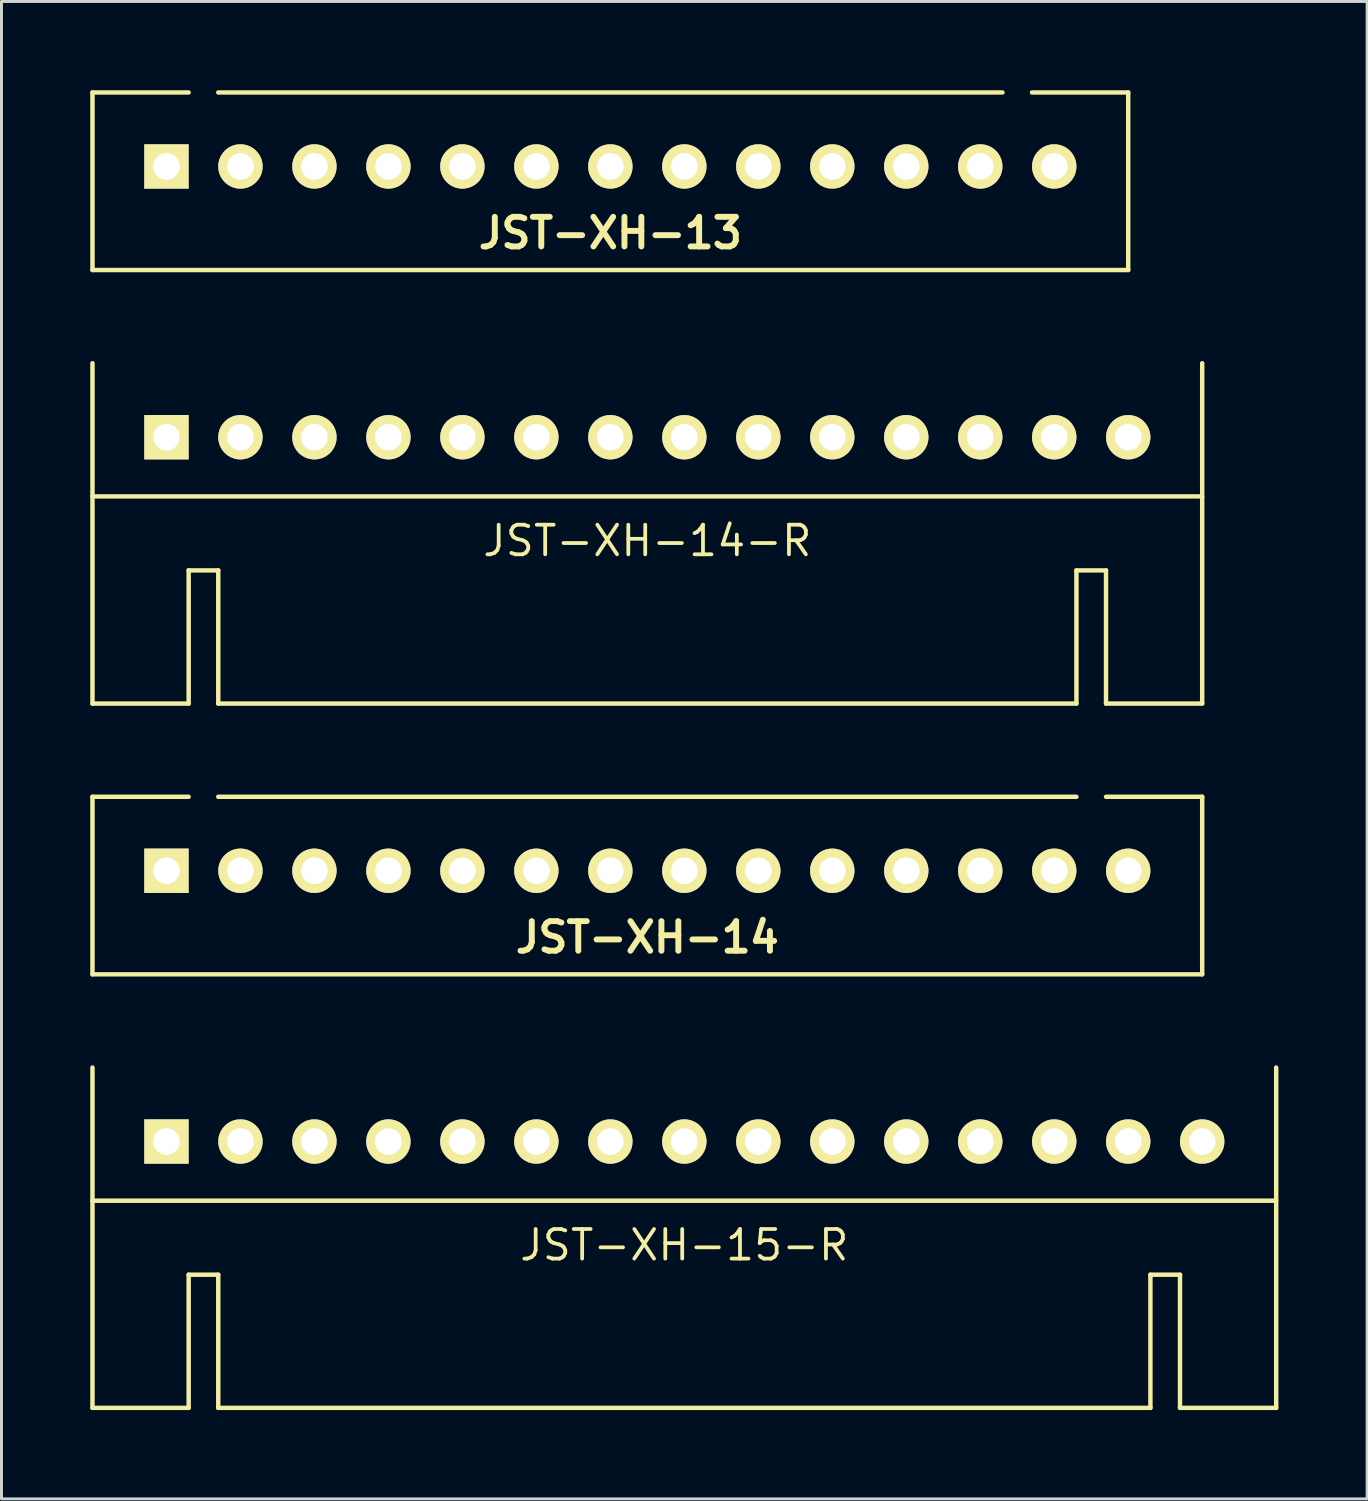
<source format=kicad_pcb>
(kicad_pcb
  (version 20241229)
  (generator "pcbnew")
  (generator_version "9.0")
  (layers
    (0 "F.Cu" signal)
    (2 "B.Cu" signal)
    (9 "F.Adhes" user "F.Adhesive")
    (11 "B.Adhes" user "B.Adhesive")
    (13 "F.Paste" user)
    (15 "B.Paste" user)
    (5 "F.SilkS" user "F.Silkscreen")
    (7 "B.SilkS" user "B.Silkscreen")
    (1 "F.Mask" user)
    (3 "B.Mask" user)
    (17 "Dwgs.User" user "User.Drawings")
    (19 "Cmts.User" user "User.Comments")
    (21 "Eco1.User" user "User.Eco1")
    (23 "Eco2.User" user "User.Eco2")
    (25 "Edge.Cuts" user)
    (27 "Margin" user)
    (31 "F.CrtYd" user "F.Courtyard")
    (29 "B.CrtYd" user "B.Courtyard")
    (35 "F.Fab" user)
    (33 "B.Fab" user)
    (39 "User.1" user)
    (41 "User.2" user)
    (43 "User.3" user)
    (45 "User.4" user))
  (footprint "JST-XH-15-R"
    (layer "F.Cu")
    (at 20.075 35.525)
    (property "Reference" "JST-XH-15-R" (at 0 3.5 0) (layer "F.SilkS") (effects (font (size 1 1) (thickness 0.127))))
    (attr through_hole)
    (fp_line (start -20 2) (end 20 2) (stroke (width 0.15) (type solid)) (layer "F.SilkS"))
    (fp_line (start -20 9) (end -20 -2.5) (stroke (width 0.15) (type solid)) (layer "F.SilkS"))
    (fp_line (start -16.75 4.5) (end -16.75 9) (stroke (width 0.15) (type solid)) (layer "F.SilkS"))
    (fp_line (start -16.75 9) (end -20 9) (stroke (width 0.15) (type solid)) (layer "F.SilkS"))
    (fp_line (start -15.75 4.5) (end -16.75 4.5) (stroke (width 0.15) (type solid)) (layer "F.SilkS"))
    (fp_line (start -15.75 9) (end -15.75 4.5) (stroke (width 0.15) (type solid)) (layer "F.SilkS"))
    (fp_line (start 15.75 4.5) (end 15.75 9) (stroke (width 0.15) (type solid)) (layer "F.SilkS"))
    (fp_line (start 15.75 9) (end -15.75 9) (stroke (width 0.15) (type solid)) (layer "F.SilkS"))
    (fp_line (start 16.75 4.5) (end 15.75 4.5) (stroke (width 0.15) (type solid)) (layer "F.SilkS"))
    (fp_line (start 16.75 9) (end 16.75 4.5) (stroke (width 0.15) (type solid)) (layer "F.SilkS"))
    (fp_line (start 20 9) (end 16.75 9) (stroke (width 0.15) (type solid)) (layer "F.SilkS"))
    (fp_line (start 20 9) (end 20 -2.5) (stroke (width 0.15) (type solid)) (layer "F.SilkS"))
    (pad "1" thru_hole rect (at -17.5 0) (size 1.5 1.5) (drill 0.9) (layers "*.Cu" "*.Mask" "F.SilkS"))
    (pad "2" thru_hole circle (at -15 0) (size 1.5 1.5) (drill 0.9) (layers "*.Cu" "*.Mask" "F.SilkS"))
    (pad "3" thru_hole circle (at -12.5 0) (size 1.5 1.5) (drill 0.9) (layers "*.Cu" "*.Mask" "F.SilkS"))
    (pad "4" thru_hole circle (at -10 0) (size 1.5 1.5) (drill 0.9) (layers "*.Cu" "*.Mask" "F.SilkS"))
    (pad "5" thru_hole circle (at -7.5 0) (size 1.5 1.5) (drill 0.9) (layers "*.Cu" "*.Mask" "F.SilkS"))
    (pad "6" thru_hole circle (at -5 0) (size 1.5 1.5) (drill 0.9) (layers "*.Cu" "*.Mask" "F.SilkS"))
    (pad "7" thru_hole circle (at -2.5 0) (size 1.5 1.5) (drill 0.9) (layers "*.Cu" "*.Mask" "F.SilkS"))
    (pad "8" thru_hole circle (at 0 0) (size 1.5 1.5) (drill 0.9) (layers "*.Cu" "*.Mask" "F.SilkS"))
    (pad "9" thru_hole circle (at 2.5 0) (size 1.5 1.5) (drill 0.9) (layers "*.Cu" "*.Mask" "F.SilkS"))
    (pad "10" thru_hole circle (at 5 0) (size 1.5 1.5) (drill 0.9) (layers "*.Cu" "*.Mask" "F.SilkS"))
    (pad "11" thru_hole circle (at 7.5 0) (size 1.5 1.5) (drill 0.9) (layers "*.Cu" "*.Mask" "F.SilkS"))
    (pad "12" thru_hole circle (at 10 0) (size 1.5 1.5) (drill 0.9) (layers "*.Cu" "*.Mask" "F.SilkS"))
    (pad "13" thru_hole circle (at 12.5 0) (size 1.5 1.5) (drill 0.9) (layers "*.Cu" "*.Mask" "F.SilkS"))
    (pad "14" thru_hole circle (at 15 0) (size 1.5 1.5) (drill 0.9) (layers "*.Cu" "*.Mask" "F.SilkS"))
    (pad "15" thru_hole circle (at 17.5 0) (size 1.5 1.5) (drill 0.9) (layers "*.Cu" "*.Mask" "F.SilkS")))
  (footprint "JST-XH-13"
    (layer "F.Cu")
    (at 17.575 2.575)
    (property "Reference" "JST-XH-13" (at 0 2.25 0) (layer "F.SilkS") (effects (font (size 1 1) (thickness 0.2))))
    (attr through_hole)
    (fp_line (start -17.5 -2.5) (end -14.25 -2.5) (stroke (width 0.15) (type solid)) (layer "F.SilkS"))
    (fp_line (start -17.5 3.5) (end -17.5 -2.5) (stroke (width 0.15) (type solid)) (layer "F.SilkS"))
    (fp_line (start 13.25 -2.5) (end -13.25 -2.5) (stroke (width 0.15) (type solid)) (layer "F.SilkS"))
    (fp_line (start 17.5 -2.5) (end 14.25 -2.5) (stroke (width 0.15) (type solid)) (layer "F.SilkS"))
    (fp_line (start 17.5 -2.5) (end 17.5 3.5) (stroke (width 0.15) (type solid)) (layer "F.SilkS"))
    (fp_line (start 17.5 3.5) (end -17.5 3.5) (stroke (width 0.15) (type solid)) (layer "F.SilkS"))
    (pad "1" thru_hole rect (at -15 0) (size 1.5 1.5) (drill 0.9) (layers "*.Cu" "*.Mask" "F.SilkS"))
    (pad "2" thru_hole circle (at -12.5 0) (size 1.5 1.5) (drill 0.9) (layers "*.Cu" "*.Mask" "F.SilkS"))
    (pad "3" thru_hole circle (at -10 0) (size 1.5 1.5) (drill 0.9) (layers "*.Cu" "*.Mask" "F.SilkS"))
    (pad "4" thru_hole circle (at -7.5 0) (size 1.5 1.5) (drill 0.9) (layers "*.Cu" "*.Mask" "F.SilkS"))
    (pad "5" thru_hole circle (at -5 0) (size 1.5 1.5) (drill 0.9) (layers "*.Cu" "*.Mask" "F.SilkS"))
    (pad "6" thru_hole circle (at -2.5 0) (size 1.5 1.5) (drill 0.9) (layers "*.Cu" "*.Mask" "F.SilkS"))
    (pad "7" thru_hole circle (at 0 0) (size 1.5 1.5) (drill 0.9) (layers "*.Cu" "*.Mask" "F.SilkS"))
    (pad "8" thru_hole circle (at 2.5 0) (size 1.5 1.5) (drill 0.9) (layers "*.Cu" "*.Mask" "F.SilkS"))
    (pad "9" thru_hole circle (at 5 0) (size 1.5 1.5) (drill 0.9) (layers "*.Cu" "*.Mask" "F.SilkS"))
    (pad "10" thru_hole circle (at 7.5 0) (size 1.5 1.5) (drill 0.9) (layers "*.Cu" "*.Mask" "F.SilkS"))
    (pad "11" thru_hole circle (at 10 0) (size 1.5 1.5) (drill 0.9) (layers "*.Cu" "*.Mask" "F.SilkS"))
    (pad "12" thru_hole circle (at 12.5 0) (size 1.5 1.5) (drill 0.9) (layers "*.Cu" "*.Mask" "F.SilkS"))
    (pad "13" thru_hole circle (at 15 0) (size 1.5 1.5) (drill 0.9) (layers "*.Cu" "*.Mask" "F.SilkS")))
  (footprint "JST-XH-14-R"
    (layer "F.Cu")
    (at 18.825 11.725)
    (property "Reference" "JST-XH-14-R" (at 0 3.5 0) (layer "F.SilkS") (effects (font (size 1 1) (thickness 0.127))))
    (attr through_hole)
    (fp_line (start -18.75 2) (end 18.75 2) (stroke (width 0.15) (type solid)) (layer "F.SilkS"))
    (fp_line (start -18.75 9) (end -18.75 -2.5) (stroke (width 0.15) (type solid)) (layer "F.SilkS"))
    (fp_line (start -15.5 4.5) (end -15.5 9) (stroke (width 0.15) (type solid)) (layer "F.SilkS"))
    (fp_line (start -15.5 9) (end -18.75 9) (stroke (width 0.15) (type solid)) (layer "F.SilkS"))
    (fp_line (start -14.5 4.5) (end -15.5 4.5) (stroke (width 0.15) (type solid)) (layer "F.SilkS"))
    (fp_line (start -14.5 9) (end -14.5 4.5) (stroke (width 0.15) (type solid)) (layer "F.SilkS"))
    (fp_line (start 14.5 4.5) (end 14.5 9) (stroke (width 0.15) (type solid)) (layer "F.SilkS"))
    (fp_line (start 14.5 9) (end -14.5 9) (stroke (width 0.15) (type solid)) (layer "F.SilkS"))
    (fp_line (start 15.5 4.5) (end 14.5 4.5) (stroke (width 0.15) (type solid)) (layer "F.SilkS"))
    (fp_line (start 15.5 9) (end 15.5 4.5) (stroke (width 0.15) (type solid)) (layer "F.SilkS"))
    (fp_line (start 18.75 9) (end 15.5 9) (stroke (width 0.15) (type solid)) (layer "F.SilkS"))
    (fp_line (start 18.75 9) (end 18.75 -2.5) (stroke (width 0.15) (type solid)) (layer "F.SilkS"))
    (pad "1" thru_hole rect (at -16.25 0) (size 1.5 1.5) (drill 0.9) (layers "*.Cu" "*.Mask" "F.SilkS"))
    (pad "2" thru_hole circle (at -13.75 0) (size 1.5 1.5) (drill 0.9) (layers "*.Cu" "*.Mask" "F.SilkS"))
    (pad "3" thru_hole circle (at -11.25 0) (size 1.5 1.5) (drill 0.9) (layers "*.Cu" "*.Mask" "F.SilkS"))
    (pad "4" thru_hole circle (at -8.75 0) (size 1.5 1.5) (drill 0.9) (layers "*.Cu" "*.Mask" "F.SilkS"))
    (pad "5" thru_hole circle (at -6.25 0) (size 1.5 1.5) (drill 0.9) (layers "*.Cu" "*.Mask" "F.SilkS"))
    (pad "6" thru_hole circle (at -3.75 0) (size 1.5 1.5) (drill 0.9) (layers "*.Cu" "*.Mask" "F.SilkS"))
    (pad "7" thru_hole circle (at -1.25 0) (size 1.5 1.5) (drill 0.9) (layers "*.Cu" "*.Mask" "F.SilkS"))
    (pad "8" thru_hole circle (at 1.25 0) (size 1.5 1.5) (drill 0.9) (layers "*.Cu" "*.Mask" "F.SilkS"))
    (pad "9" thru_hole circle (at 3.75 0) (size 1.5 1.5) (drill 0.9) (layers "*.Cu" "*.Mask" "F.SilkS"))
    (pad "10" thru_hole circle (at 6.25 0) (size 1.5 1.5) (drill 0.9) (layers "*.Cu" "*.Mask" "F.SilkS"))
    (pad "11" thru_hole circle (at 8.75 0) (size 1.5 1.5) (drill 0.9) (layers "*.Cu" "*.Mask" "F.SilkS"))
    (pad "12" thru_hole circle (at 11.25 0) (size 1.5 1.5) (drill 0.9) (layers "*.Cu" "*.Mask" "F.SilkS"))
    (pad "13" thru_hole circle (at 13.75 0) (size 1.5 1.5) (drill 0.9) (layers "*.Cu" "*.Mask" "F.SilkS"))
    (pad "14" thru_hole circle (at 16.25 0) (size 1.5 1.5) (drill 0.9) (layers "*.Cu" "*.Mask" "F.SilkS")))
  (footprint "JST-XH-14"
    (layer "F.Cu")
    (at 18.825 26.375)
    (property "Reference" "JST-XH-14" (at 0 2.25 0) (layer "F.SilkS") (effects (font (size 1 1) (thickness 0.2))))
    (attr through_hole)
    (fp_line (start -18.75 -2.5) (end -15.5 -2.5) (stroke (width 0.15) (type solid)) (layer "F.SilkS"))
    (fp_line (start -18.75 3.5) (end -18.75 -2.5) (stroke (width 0.15) (type solid)) (layer "F.SilkS"))
    (fp_line (start 14.5 -2.5) (end -14.5 -2.5) (stroke (width 0.15) (type solid)) (layer "F.SilkS"))
    (fp_line (start 18.75 -2.5) (end 15.5 -2.5) (stroke (width 0.15) (type solid)) (layer "F.SilkS"))
    (fp_line (start 18.75 -2.5) (end 18.75 3.5) (stroke (width 0.15) (type solid)) (layer "F.SilkS"))
    (fp_line (start 18.75 3.5) (end -18.75 3.5) (stroke (width 0.15) (type solid)) (layer "F.SilkS"))
    (pad "1" thru_hole rect (at -16.25 0) (size 1.5 1.5) (drill 0.9) (layers "*.Cu" "*.Mask" "F.SilkS"))
    (pad "2" thru_hole circle (at -13.75 0) (size 1.5 1.5) (drill 0.9) (layers "*.Cu" "*.Mask" "F.SilkS"))
    (pad "3" thru_hole circle (at -11.25 0) (size 1.5 1.5) (drill 0.9) (layers "*.Cu" "*.Mask" "F.SilkS"))
    (pad "4" thru_hole circle (at -8.75 0) (size 1.5 1.5) (drill 0.9) (layers "*.Cu" "*.Mask" "F.SilkS"))
    (pad "5" thru_hole circle (at -6.25 0) (size 1.5 1.5) (drill 0.9) (layers "*.Cu" "*.Mask" "F.SilkS"))
    (pad "6" thru_hole circle (at -3.75 0) (size 1.5 1.5) (drill 0.9) (layers "*.Cu" "*.Mask" "F.SilkS"))
    (pad "7" thru_hole circle (at -1.25 0) (size 1.5 1.5) (drill 0.9) (layers "*.Cu" "*.Mask" "F.SilkS"))
    (pad "8" thru_hole circle (at 1.25 0) (size 1.5 1.5) (drill 0.9) (layers "*.Cu" "*.Mask" "F.SilkS"))
    (pad "9" thru_hole circle (at 3.75 0) (size 1.5 1.5) (drill 0.9) (layers "*.Cu" "*.Mask" "F.SilkS"))
    (pad "10" thru_hole circle (at 6.25 0) (size 1.5 1.5) (drill 0.9) (layers "*.Cu" "*.Mask" "F.SilkS"))
    (pad "11" thru_hole circle (at 8.75 0) (size 1.5 1.5) (drill 0.9) (layers "*.Cu" "*.Mask" "F.SilkS"))
    (pad "12" thru_hole circle (at 11.25 0) (size 1.5 1.5) (drill 0.9) (layers "*.Cu" "*.Mask" "F.SilkS"))
    (pad "13" thru_hole circle (at 13.75 0) (size 1.5 1.5) (drill 0.9) (layers "*.Cu" "*.Mask" "F.SilkS"))
    (pad "14" thru_hole circle (at 16.25 0) (size 1.5 1.5) (drill 0.9) (layers "*.Cu" "*.Mask" "F.SilkS")))
  (gr_rect
    (start -3 -3)
    (end 43.15 47.6)
    (stroke (width 0.1) (type default))
    (fill no)
    (layer "Edge.Cuts")))
</source>
